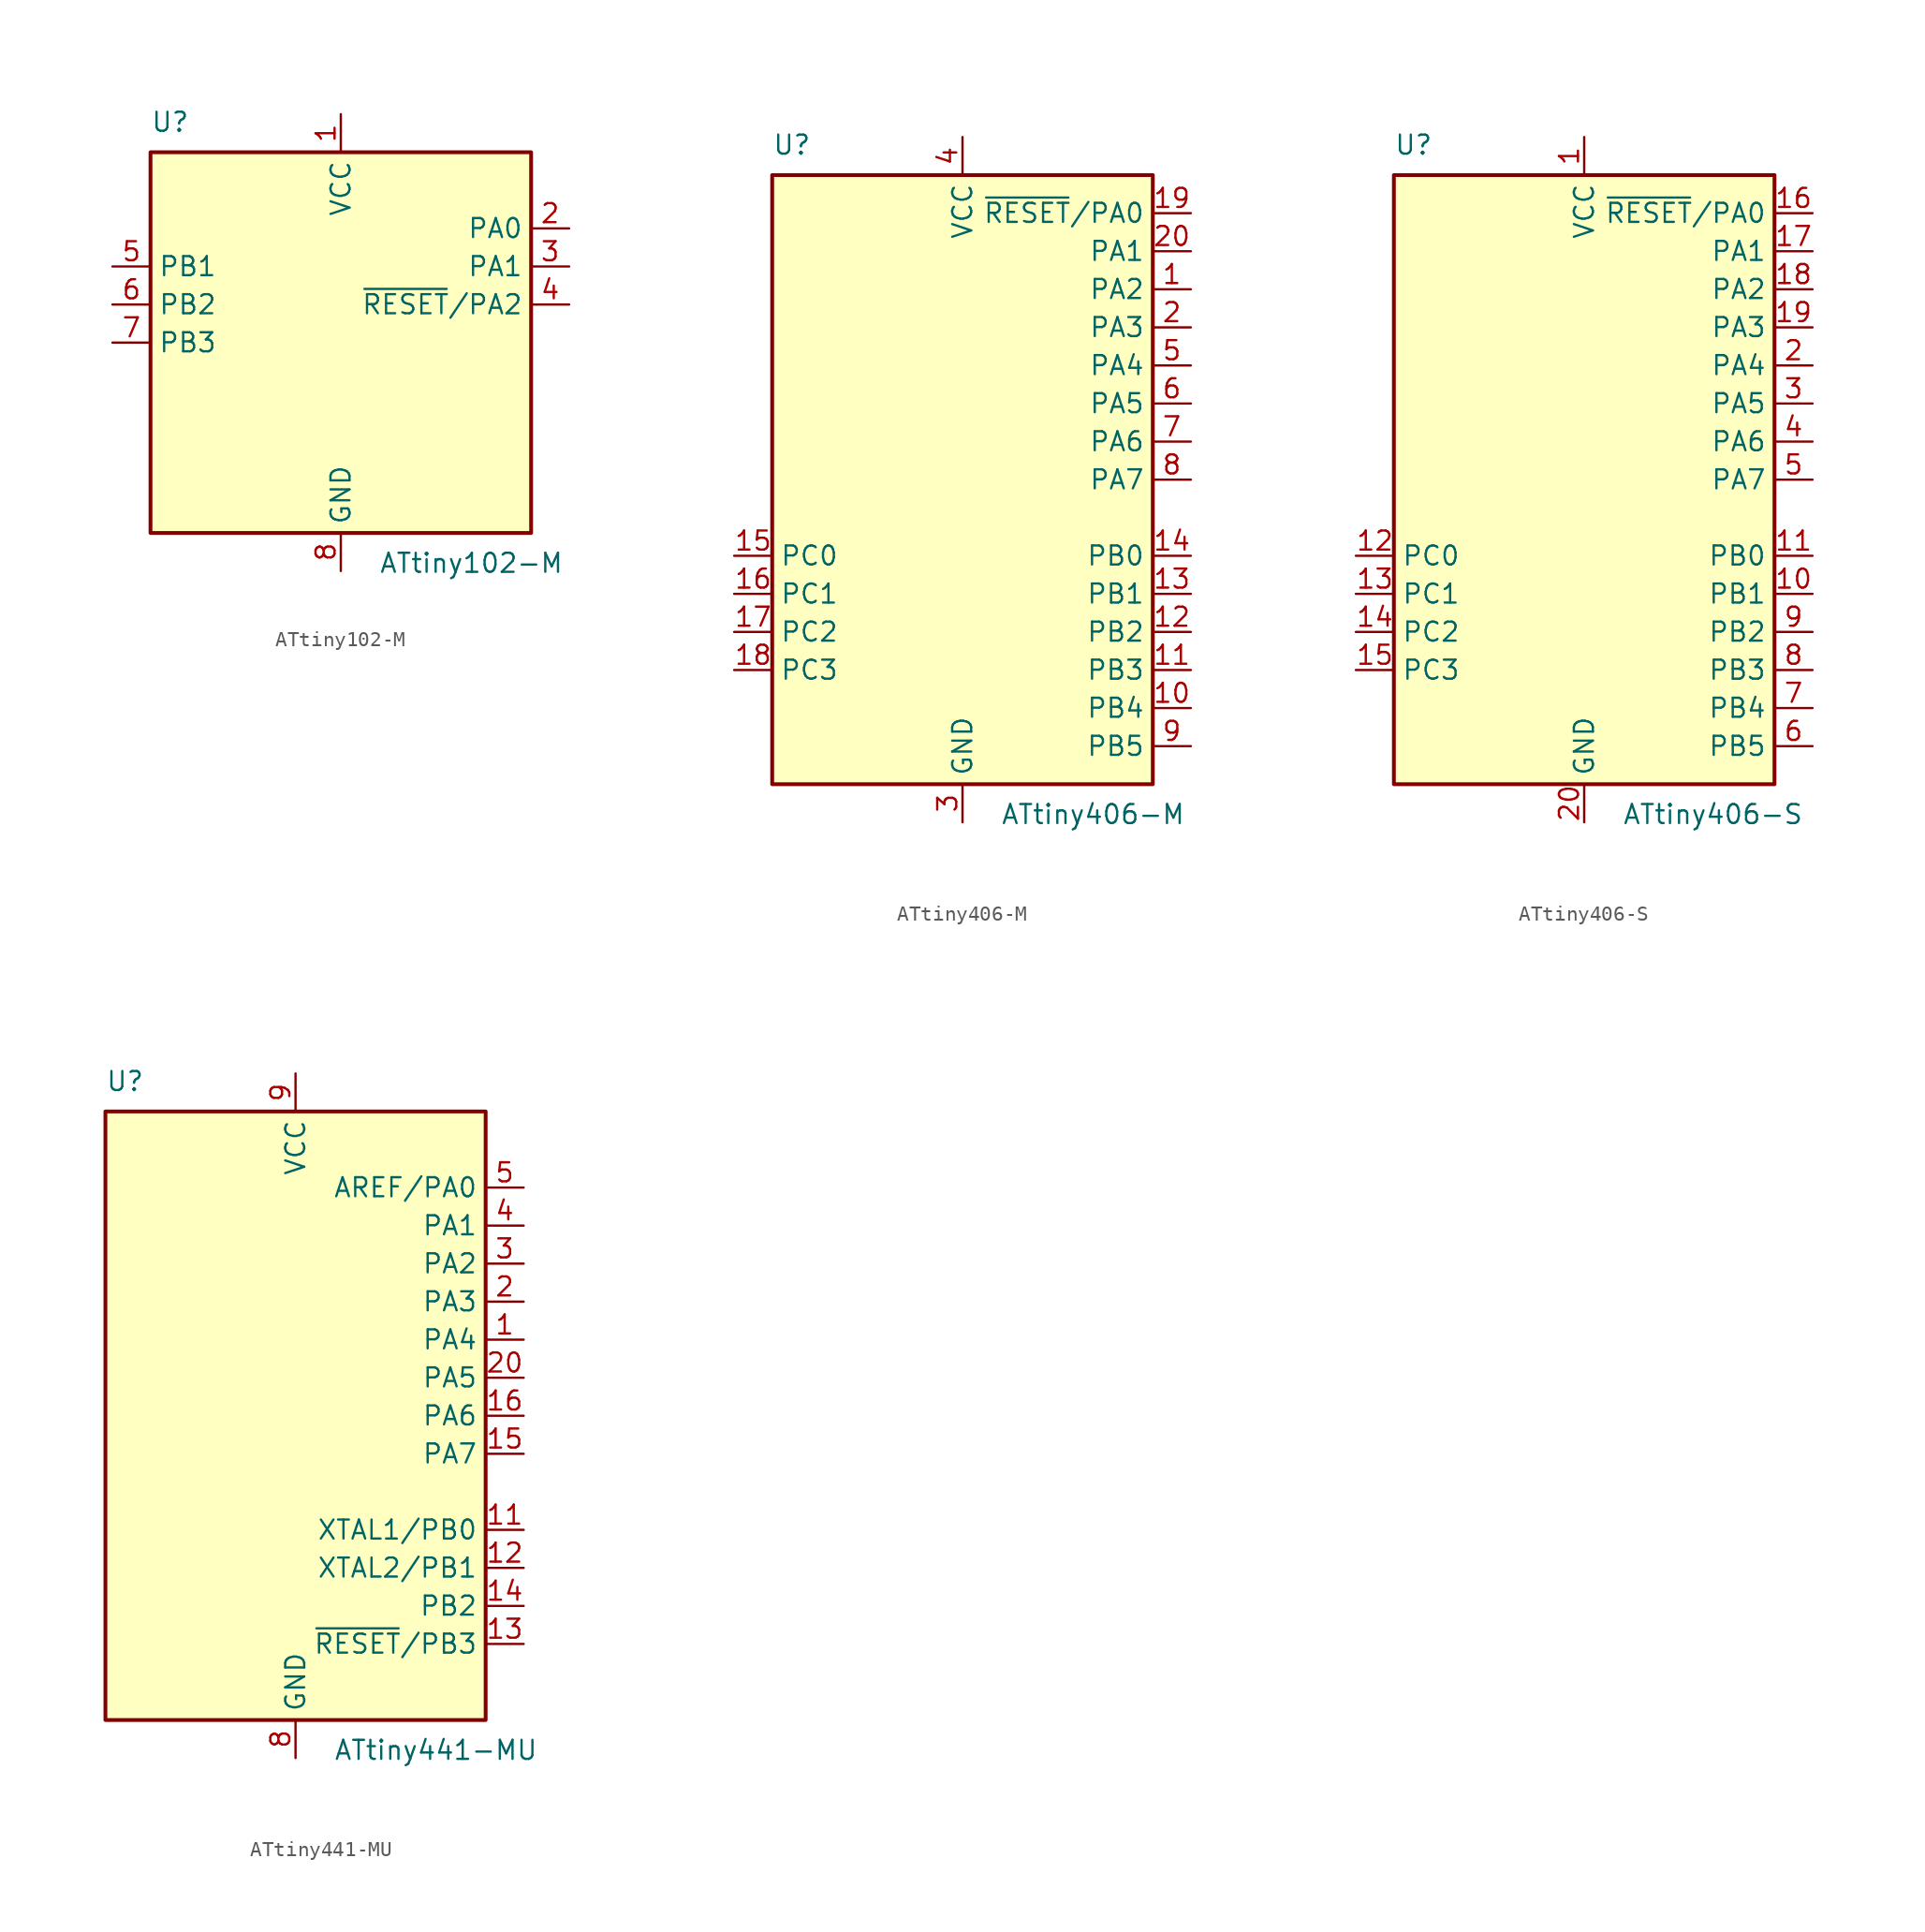
<source format=kicad_sym>
(kicad_symbol_lib
  (version 20201005)
  (generator kicad_symbol_editor)
  (symbol "ATtiny102-M"
    (property "Reference" "U"
      (at -12.7 13.97 0)
      (effects (font (size 1.27 1.27)) (justify left bottom)))
    (property "Value" "ATtiny102-M"
      (at 2.54 -13.97 0)
      (effects (font (size 1.27 1.27)) (justify left top)))
    (symbol "ATtiny102-M_0_1"
      (rectangle (start -12.7 -12.7) (end 12.7 12.7) (stroke (width 0.254)) (fill (type background))))
    (symbol "ATtiny102-M_1_1"
      (pin power_in line (at 0 15.24 270) (length 2.54) (name "VCC" (effects (font (size 1.27 1.27)))) (number "1" (effects (font (size 1.27 1.27)))))
      (pin tri_state line (at 15.24 7.62 180) (length 2.54) (name "PA0" (effects (font (size 1.27 1.27)))) (number "2" (effects (font (size 1.27 1.27)))))
      (pin tri_state line (at 15.24 5.08 180) (length 2.54) (name "PA1" (effects (font (size 1.27 1.27)))) (number "3" (effects (font (size 1.27 1.27)))))
      (pin tri_state line (at 15.24 2.54 180) (length 2.54) (name "~RESET~/PA2" (effects (font (size 1.27 1.27)))) (number "4" (effects (font (size 1.27 1.27)))))
      (pin tri_state line (at -15.24 5.08 0) (length 2.54) (name "PB1" (effects (font (size 1.27 1.27)))) (number "5" (effects (font (size 1.27 1.27)))))
      (pin tri_state line (at -15.24 2.54 0) (length 2.54) (name "PB2" (effects (font (size 1.27 1.27)))) (number "6" (effects (font (size 1.27 1.27)))))
      (pin tri_state line (at -15.24 0 0) (length 2.54) (name "PB3" (effects (font (size 1.27 1.27)))) (number "7" (effects (font (size 1.27 1.27)))))
      (pin power_in line (at 0 -15.24 90) (length 2.54) (name "GND" (effects (font (size 1.27 1.27)))) (number "8" (effects (font (size 1.27 1.27)))))
      (pin no_connect line (at -12.7 -7.62 0) (length 2.54) hide (name "NC" (effects (font (size 1.27 1.27)))) (number "9" (effects (font (size 1.27 1.27)))))))
  (symbol "ATtiny406-M"
    (property "Reference" "U"
      (at -12.7 21.59 0)
      (effects (font (size 1.27 1.27)) (justify left bottom)))
    (property "Value" "ATtiny406-M"
      (at 2.54 -21.59 0)
      (effects (font (size 1.27 1.27)) (justify left top)))
    (symbol "ATtiny406-M_0_1"
      (rectangle (start -12.7 -20.32) (end 12.7 20.32) (stroke (width 0.254)) (fill (type background))))
    (symbol "ATtiny406-M_1_1"
      (pin tri_state line (at 15.24 12.7 180) (length 2.54) (name "PA2" (effects (font (size 1.27 1.27)))) (number "1" (effects (font (size 1.27 1.27)))))
      (pin tri_state line (at 15.24 -15.24 180) (length 2.54) (name "PB4" (effects (font (size 1.27 1.27)))) (number "10" (effects (font (size 1.27 1.27)))))
      (pin tri_state line (at 15.24 -12.7 180) (length 2.54) (name "PB3" (effects (font (size 1.27 1.27)))) (number "11" (effects (font (size 1.27 1.27)))))
      (pin tri_state line (at 15.24 -10.16 180) (length 2.54) (name "PB2" (effects (font (size 1.27 1.27)))) (number "12" (effects (font (size 1.27 1.27)))))
      (pin tri_state line (at 15.24 -7.62 180) (length 2.54) (name "PB1" (effects (font (size 1.27 1.27)))) (number "13" (effects (font (size 1.27 1.27)))))
      (pin tri_state line (at 15.24 -5.08 180) (length 2.54) (name "PB0" (effects (font (size 1.27 1.27)))) (number "14" (effects (font (size 1.27 1.27)))))
      (pin tri_state line (at -15.24 -5.08 0) (length 2.54) (name "PC0" (effects (font (size 1.27 1.27)))) (number "15" (effects (font (size 1.27 1.27)))))
      (pin tri_state line (at -15.24 -7.62 0) (length 2.54) (name "PC1" (effects (font (size 1.27 1.27)))) (number "16" (effects (font (size 1.27 1.27)))))
      (pin tri_state line (at -15.24 -10.16 0) (length 2.54) (name "PC2" (effects (font (size 1.27 1.27)))) (number "17" (effects (font (size 1.27 1.27)))))
      (pin tri_state line (at -15.24 -12.7 0) (length 2.54) (name "PC3" (effects (font (size 1.27 1.27)))) (number "18" (effects (font (size 1.27 1.27)))))
      (pin tri_state line (at 15.24 17.78 180) (length 2.54) (name "~RESET~/PA0" (effects (font (size 1.27 1.27)))) (number "19" (effects (font (size 1.27 1.27)))))
      (pin tri_state line (at 15.24 10.16 180) (length 2.54) (name "PA3" (effects (font (size 1.27 1.27)))) (number "2" (effects (font (size 1.27 1.27)))))
      (pin tri_state line (at 15.24 15.24 180) (length 2.54) (name "PA1" (effects (font (size 1.27 1.27)))) (number "20" (effects (font (size 1.27 1.27)))))
      (pin passive line (at 0 -22.86 90) (length 2.54) hide (name "GND" (effects (font (size 1.27 1.27)))) (number "21" (effects (font (size 1.27 1.27)))))
      (pin power_in line (at 0 -22.86 90) (length 2.54) (name "GND" (effects (font (size 1.27 1.27)))) (number "3" (effects (font (size 1.27 1.27)))))
      (pin power_in line (at 0 22.86 270) (length 2.54) (name "VCC" (effects (font (size 1.27 1.27)))) (number "4" (effects (font (size 1.27 1.27)))))
      (pin tri_state line (at 15.24 7.62 180) (length 2.54) (name "PA4" (effects (font (size 1.27 1.27)))) (number "5" (effects (font (size 1.27 1.27)))))
      (pin tri_state line (at 15.24 5.08 180) (length 2.54) (name "PA5" (effects (font (size 1.27 1.27)))) (number "6" (effects (font (size 1.27 1.27)))))
      (pin tri_state line (at 15.24 2.54 180) (length 2.54) (name "PA6" (effects (font (size 1.27 1.27)))) (number "7" (effects (font (size 1.27 1.27)))))
      (pin tri_state line (at 15.24 0 180) (length 2.54) (name "PA7" (effects (font (size 1.27 1.27)))) (number "8" (effects (font (size 1.27 1.27)))))
      (pin tri_state line (at 15.24 -17.78 180) (length 2.54) (name "PB5" (effects (font (size 1.27 1.27)))) (number "9" (effects (font (size 1.27 1.27)))))))
  (symbol "ATtiny406-S"
    (property "Reference" "U"
      (at -12.7 21.59 0)
      (effects (font (size 1.27 1.27)) (justify left bottom)))
    (property "Value" "ATtiny406-S"
      (at 2.54 -21.59 0)
      (effects (font (size 1.27 1.27)) (justify left top)))
    (symbol "ATtiny406-S_0_1"
      (rectangle (start -12.7 -20.32) (end 12.7 20.32) (stroke (width 0.254)) (fill (type background))))
    (symbol "ATtiny406-S_1_1"
      (pin power_in line (at 0 22.86 270) (length 2.54) (name "VCC" (effects (font (size 1.27 1.27)))) (number "1" (effects (font (size 1.27 1.27)))))
      (pin tri_state line (at 15.24 -7.62 180) (length 2.54) (name "PB1" (effects (font (size 1.27 1.27)))) (number "10" (effects (font (size 1.27 1.27)))))
      (pin tri_state line (at 15.24 -5.08 180) (length 2.54) (name "PB0" (effects (font (size 1.27 1.27)))) (number "11" (effects (font (size 1.27 1.27)))))
      (pin tri_state line (at -15.24 -5.08 0) (length 2.54) (name "PC0" (effects (font (size 1.27 1.27)))) (number "12" (effects (font (size 1.27 1.27)))))
      (pin tri_state line (at -15.24 -7.62 0) (length 2.54) (name "PC1" (effects (font (size 1.27 1.27)))) (number "13" (effects (font (size 1.27 1.27)))))
      (pin tri_state line (at -15.24 -10.16 0) (length 2.54) (name "PC2" (effects (font (size 1.27 1.27)))) (number "14" (effects (font (size 1.27 1.27)))))
      (pin tri_state line (at -15.24 -12.7 0) (length 2.54) (name "PC3" (effects (font (size 1.27 1.27)))) (number "15" (effects (font (size 1.27 1.27)))))
      (pin tri_state line (at 15.24 17.78 180) (length 2.54) (name "~RESET~/PA0" (effects (font (size 1.27 1.27)))) (number "16" (effects (font (size 1.27 1.27)))))
      (pin tri_state line (at 15.24 15.24 180) (length 2.54) (name "PA1" (effects (font (size 1.27 1.27)))) (number "17" (effects (font (size 1.27 1.27)))))
      (pin tri_state line (at 15.24 12.7 180) (length 2.54) (name "PA2" (effects (font (size 1.27 1.27)))) (number "18" (effects (font (size 1.27 1.27)))))
      (pin tri_state line (at 15.24 10.16 180) (length 2.54) (name "PA3" (effects (font (size 1.27 1.27)))) (number "19" (effects (font (size 1.27 1.27)))))
      (pin tri_state line (at 15.24 7.62 180) (length 2.54) (name "PA4" (effects (font (size 1.27 1.27)))) (number "2" (effects (font (size 1.27 1.27)))))
      (pin power_in line (at 0 -22.86 90) (length 2.54) (name "GND" (effects (font (size 1.27 1.27)))) (number "20" (effects (font (size 1.27 1.27)))))
      (pin tri_state line (at 15.24 5.08 180) (length 2.54) (name "PA5" (effects (font (size 1.27 1.27)))) (number "3" (effects (font (size 1.27 1.27)))))
      (pin tri_state line (at 15.24 2.54 180) (length 2.54) (name "PA6" (effects (font (size 1.27 1.27)))) (number "4" (effects (font (size 1.27 1.27)))))
      (pin tri_state line (at 15.24 0 180) (length 2.54) (name "PA7" (effects (font (size 1.27 1.27)))) (number "5" (effects (font (size 1.27 1.27)))))
      (pin tri_state line (at 15.24 -17.78 180) (length 2.54) (name "PB5" (effects (font (size 1.27 1.27)))) (number "6" (effects (font (size 1.27 1.27)))))
      (pin tri_state line (at 15.24 -15.24 180) (length 2.54) (name "PB4" (effects (font (size 1.27 1.27)))) (number "7" (effects (font (size 1.27 1.27)))))
      (pin tri_state line (at 15.24 -12.7 180) (length 2.54) (name "PB3" (effects (font (size 1.27 1.27)))) (number "8" (effects (font (size 1.27 1.27)))))
      (pin tri_state line (at 15.24 -10.16 180) (length 2.54) (name "PB2" (effects (font (size 1.27 1.27)))) (number "9" (effects (font (size 1.27 1.27)))))))
  (symbol "ATtiny441-MU"
    (property "Reference" "U"
      (at -12.7 21.59 0)
      (effects (font (size 1.27 1.27)) (justify left bottom)))
    (property "Value" "ATtiny441-MU"
      (at 2.54 -21.59 0)
      (effects (font (size 1.27 1.27)) (justify left top)))
    (symbol "ATtiny441-MU_0_1"
      (rectangle (start -12.7 -20.32) (end 12.7 20.32) (stroke (width 0.254)) (fill (type background))))
    (symbol "ATtiny441-MU_1_1"
      (pin tri_state line (at 15.24 5.08 180) (length 2.54) (name "PA4" (effects (font (size 1.27 1.27)))) (number "1" (effects (font (size 1.27 1.27)))))
      (pin no_connect line (at -12.7 -10.16 0) (length 2.54) hide (name "NC" (effects (font (size 1.27 1.27)))) (number "10" (effects (font (size 1.27 1.27)))))
      (pin tri_state line (at 15.24 -7.62 180) (length 2.54) (name "XTAL1/PB0" (effects (font (size 1.27 1.27)))) (number "11" (effects (font (size 1.27 1.27)))))
      (pin tri_state line (at 15.24 -10.16 180) (length 2.54) (name "XTAL2/PB1" (effects (font (size 1.27 1.27)))) (number "12" (effects (font (size 1.27 1.27)))))
      (pin tri_state line (at 15.24 -15.24 180) (length 2.54) (name "~RESET~/PB3" (effects (font (size 1.27 1.27)))) (number "13" (effects (font (size 1.27 1.27)))))
      (pin tri_state line (at 15.24 -12.7 180) (length 2.54) (name "PB2" (effects (font (size 1.27 1.27)))) (number "14" (effects (font (size 1.27 1.27)))))
      (pin tri_state line (at 15.24 -2.54 180) (length 2.54) (name "PA7" (effects (font (size 1.27 1.27)))) (number "15" (effects (font (size 1.27 1.27)))))
      (pin tri_state line (at 15.24 0 180) (length 2.54) (name "PA6" (effects (font (size 1.27 1.27)))) (number "16" (effects (font (size 1.27 1.27)))))
      (pin no_connect line (at -12.7 -12.7 0) (length 2.54) hide (name "NC" (effects (font (size 1.27 1.27)))) (number "17" (effects (font (size 1.27 1.27)))))
      (pin no_connect line (at -12.7 -15.24 0) (length 2.54) hide (name "NC" (effects (font (size 1.27 1.27)))) (number "18" (effects (font (size 1.27 1.27)))))
      (pin no_connect line (at -12.7 -17.78 0) (length 2.54) hide (name "NC" (effects (font (size 1.27 1.27)))) (number "19" (effects (font (size 1.27 1.27)))))
      (pin tri_state line (at 15.24 7.62 180) (length 2.54) (name "PA3" (effects (font (size 1.27 1.27)))) (number "2" (effects (font (size 1.27 1.27)))))
      (pin tri_state line (at 15.24 2.54 180) (length 2.54) (name "PA5" (effects (font (size 1.27 1.27)))) (number "20" (effects (font (size 1.27 1.27)))))
      (pin passive line (at 0 -22.86 90) (length 2.54) hide (name "GND" (effects (font (size 1.27 1.27)))) (number "21" (effects (font (size 1.27 1.27)))))
      (pin tri_state line (at 15.24 10.16 180) (length 2.54) (name "PA2" (effects (font (size 1.27 1.27)))) (number "3" (effects (font (size 1.27 1.27)))))
      (pin tri_state line (at 15.24 12.7 180) (length 2.54) (name "PA1" (effects (font (size 1.27 1.27)))) (number "4" (effects (font (size 1.27 1.27)))))
      (pin tri_state line (at 15.24 15.24 180) (length 2.54) (name "AREF/PA0" (effects (font (size 1.27 1.27)))) (number "5" (effects (font (size 1.27 1.27)))))
      (pin no_connect line (at -12.7 -5.08 0) (length 2.54) hide (name "NC" (effects (font (size 1.27 1.27)))) (number "6" (effects (font (size 1.27 1.27)))))
      (pin no_connect line (at -12.7 -7.62 0) (length 2.54) hide (name "NC" (effects (font (size 1.27 1.27)))) (number "7" (effects (font (size 1.27 1.27)))))
      (pin power_in line (at 0 -22.86 90) (length 2.54) (name "GND" (effects (font (size 1.27 1.27)))) (number "8" (effects (font (size 1.27 1.27)))))
      (pin power_in line (at 0 22.86 270) (length 2.54) (name "VCC" (effects (font (size 1.27 1.27)))) (number "9" (effects (font (size 1.27 1.27))))))))
</source>
